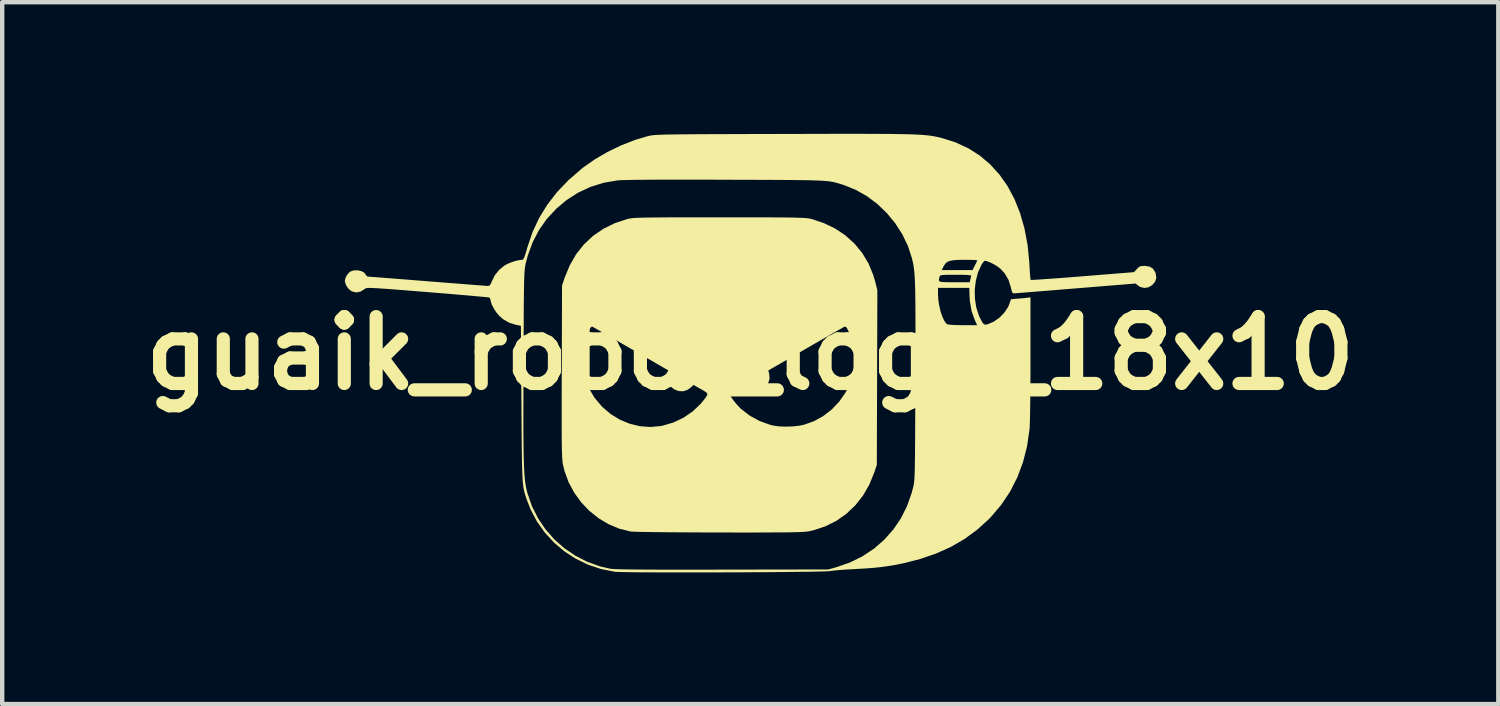
<source format=kicad_pcb>
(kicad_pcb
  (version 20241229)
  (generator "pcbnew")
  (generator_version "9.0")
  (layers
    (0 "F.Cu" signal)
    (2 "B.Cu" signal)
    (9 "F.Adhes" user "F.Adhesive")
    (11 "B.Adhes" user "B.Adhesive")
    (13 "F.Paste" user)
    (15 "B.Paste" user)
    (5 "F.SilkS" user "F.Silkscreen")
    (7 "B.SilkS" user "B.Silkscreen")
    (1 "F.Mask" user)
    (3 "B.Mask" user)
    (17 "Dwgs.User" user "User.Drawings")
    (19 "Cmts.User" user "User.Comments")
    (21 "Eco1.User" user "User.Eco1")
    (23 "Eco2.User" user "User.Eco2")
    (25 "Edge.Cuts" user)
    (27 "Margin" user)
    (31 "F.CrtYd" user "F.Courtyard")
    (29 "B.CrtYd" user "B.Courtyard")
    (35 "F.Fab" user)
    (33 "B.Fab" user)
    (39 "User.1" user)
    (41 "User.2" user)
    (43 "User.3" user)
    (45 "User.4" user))
  (footprint "guaik_robot_logo_18x10"
    (layer "F.Cu")
    (at 14.05 5.001)
    (property "Reference" "guaik_robot_logo_18x10" (at 0 0 0) (layer "F.SilkS") (effects (font (size 1.524 1.524) (thickness 0.3))))
    (attr board_only exclude_from_pos_files exclude_from_bom)
    (fp_poly (pts (xy -0.368 -3.098) (xy -0.073 -3.098) (xy 0.185 -3.097) (xy 0.409 -3.097) (xy 0.601 -3.096) (xy 0.764 -3.095) (xy 0.901 -3.093) (xy 1.015 -3.091) (xy 1.108 -3.088) (xy 1.184 -3.085) (xy 1.244 -3.082) (xy 1.292 -3.078) (xy 1.33 -3.073) (xy 1.362 -3.067) (xy 1.389 -3.061) (xy 1.675 -2.967) (xy 1.937 -2.841) (xy 2.171 -2.684) (xy 2.377 -2.498) (xy 2.552 -2.285) (xy 2.695 -2.046) (xy 2.803 -1.784) (xy 2.845 -1.643) (xy 2.897 -1.437) (xy 2.891 0.553) (xy 2.885 2.544) (xy 2.824 2.725) (xy 2.712 2.998) (xy 2.568 3.247) (xy 2.393 3.468) (xy 2.192 3.659) (xy 1.965 3.819) (xy 1.716 3.944) (xy 1.446 4.034) (xy 1.358 4.054) (xy 1.325 4.06) (xy 1.286 4.065) (xy 1.238 4.07) (xy 1.177 4.073) (xy 1.102 4.077) (xy 1.01 4.079) (xy 0.897 4.082) (xy 0.761 4.083) (xy 0.599 4.084) (xy 0.409 4.085) (xy 0.188 4.086) (xy -0.068 4.086) (xy -0.361 4.086) (xy -0.693 4.085) (xy -0.707 4.085) (xy -0.991 4.085) (xy -1.264 4.084) (xy -1.524 4.082) (xy -1.767 4.081) (xy -1.99 4.079) (xy -2.19 4.077) (xy -2.363 4.074) (xy -2.507 4.072) (xy -2.617 4.069) (xy -2.691 4.066) (xy -2.724 4.064) (xy -2.982 4) (xy -3.227 3.898) (xy -3.456 3.762) (xy -3.666 3.594) (xy -3.851 3.4) (xy -4.01 3.182) (xy -4.139 2.943) (xy -4.232 2.689) (xy -4.268 2.544) (xy -4.274 2.511) (xy -4.279 2.473) (xy -4.283 2.426) (xy -4.287 2.368) (xy -4.29 2.297) (xy -4.293 2.209) (xy -4.295 2.102) (xy -4.297 1.973) (xy -4.298 1.82) (xy -4.298 1.639) (xy -4.298 1.427) (xy -4.298 1.183) (xy -4.298 0.903) (xy -4.297 0.584) (xy -4.296 0.415) (xy -4.295 0.085) (xy -3.829 0.085) (xy -3.818 0.333) (xy -3.766 0.573) (xy -3.675 0.803) (xy -3.547 1.018) (xy -3.381 1.214) (xy -3.373 1.223) (xy -3.184 1.384) (xy -2.974 1.513) (xy -2.75 1.606) (xy -2.517 1.663) (xy -2.28 1.681) (xy -2.044 1.66) (xy -2.001 1.652) (xy -1.75 1.578) (xy -1.519 1.468) (xy -1.311 1.326) (xy -1.13 1.153) (xy -1.055 1.061) (xy -1.009 1) (xy -0.982 0.957) (xy -0.978 0.924) (xy -0.988 0.911) (xy -0.472 0.911) (xy -0.471 0.937) (xy -0.445 0.986) (xy -0.401 1.051) (xy -0.344 1.124) (xy -0.281 1.197) (xy -0.215 1.264) (xy -0.206 1.272) (xy -0.008 1.425) (xy 0.215 1.546) (xy 0.456 1.632) (xy 0.523 1.648) (xy 0.652 1.667) (xy 0.805 1.673) (xy 0.967 1.668) (xy 1.12 1.651) (xy 1.224 1.63) (xy 1.45 1.55) (xy 1.663 1.432) (xy 1.858 1.281) (xy 2.029 1.101) (xy 2.17 0.898) (xy 2.206 0.831) (xy 2.303 0.6) (xy 2.359 0.358) (xy 2.376 0.111) (xy 2.352 -0.136) (xy 2.288 -0.379) (xy 2.241 -0.496) (xy 2.207 -0.566) (xy 2.18 -0.601) (xy 2.155 -0.607) (xy 2.152 -0.606) (xy 2.127 -0.593) (xy 2.07 -0.561) (xy 1.982 -0.512) (xy 1.87 -0.448) (xy 1.736 -0.371) (xy 1.584 -0.284) (xy 1.418 -0.189) (xy 1.265 -0.1) (xy 0.411 0.393) (xy 0.431 0.466) (xy 0.441 0.577) (xy 0.409 0.683) (xy 0.36 0.755) (xy 0.271 0.827) (xy 0.168 0.863) (xy 0.06 0.862) (xy -0.043 0.823) (xy -0.095 0.786) (xy -0.165 0.724) (xy -0.31 0.808) (xy -0.38 0.85) (xy -0.437 0.886) (xy -0.47 0.909) (xy -0.472 0.911) (xy -0.988 0.911) (xy -1 0.895) (xy -1.051 0.86) (xy -1.134 0.813) (xy -1.164 0.796) (xy -1.295 0.722) (xy -1.348 0.775) (xy -1.437 0.839) (xy -1.534 0.867) (xy -1.631 0.862) (xy -1.722 0.829) (xy -1.8 0.771) (xy -1.858 0.693) (xy -1.889 0.597) (xy -1.886 0.489) (xy -1.882 0.471) (xy -1.863 0.394) (xy -2.72 -0.102) (xy -2.895 -0.203) (xy -3.059 -0.298) (xy -3.209 -0.384) (xy -3.34 -0.459) (xy -3.449 -0.521) (xy -3.532 -0.568) (xy -3.586 -0.598) (xy -3.605 -0.608) (xy -3.629 -0.597) (xy -3.661 -0.551) (xy -3.697 -0.481) (xy -3.733 -0.393) (xy -3.766 -0.295) (xy -3.793 -0.195) (xy -3.799 -0.166) (xy -3.829 0.085) (xy -4.295 0.085) (xy -4.29 -1.544) (xy -4.229 -1.725) (xy -4.113 -2.006) (xy -3.967 -2.259) (xy -3.789 -2.482) (xy -3.583 -2.675) (xy -3.349 -2.836) (xy -3.088 -2.964) (xy -2.802 -3.059) (xy -2.797 -3.06) (xy -2.769 -3.067) (xy -2.738 -3.072) (xy -2.7 -3.077) (xy -2.653 -3.082) (xy -2.595 -3.085) (xy -2.521 -3.088) (xy -2.43 -3.091) (xy -2.319 -3.093) (xy -2.185 -3.094) (xy -2.025 -3.096) (xy -1.837 -3.097) (xy -1.617 -3.097) (xy -1.364 -3.098) (xy -1.074 -3.098) (xy -0.744 -3.098) (xy -0.703 -3.098)) (stroke (width 0) (type solid)) (fill yes) (layer "F.SilkS"))
    (fp_poly (pts (xy 2.54 -5.001) (xy 2.794 -5) (xy 3.019 -4.999) (xy 3.217 -4.998) (xy 3.391 -4.995) (xy 3.543 -4.992) (xy 3.674 -4.989) (xy 3.789 -4.984) (xy 3.888 -4.979) (xy 3.973 -4.972) (xy 4.048 -4.965) (xy 4.115 -4.957) (xy 4.175 -4.947) (xy 4.232 -4.936) (xy 4.286 -4.925) (xy 4.341 -4.911) (xy 4.375 -4.903) (xy 4.685 -4.804) (xy 4.971 -4.671) (xy 5.233 -4.504) (xy 5.469 -4.304) (xy 5.68 -4.072) (xy 5.864 -3.81) (xy 6.02 -3.518) (xy 6.149 -3.197) (xy 6.249 -2.849) (xy 6.32 -2.474) (xy 6.36 -2.074) (xy 6.363 -2.017) (xy 6.37 -1.902) (xy 6.376 -1.803) (xy 6.383 -1.726) (xy 6.388 -1.681) (xy 6.391 -1.671) (xy 6.414 -1.671) (xy 6.475 -1.673) (xy 6.571 -1.679) (xy 6.698 -1.688) (xy 6.851 -1.699) (xy 7.028 -1.711) (xy 7.224 -1.726) (xy 7.436 -1.743) (xy 7.574 -1.754) (xy 8.747 -1.848) (xy 8.811 -1.919) (xy 8.853 -1.961) (xy 8.893 -1.983) (xy 8.949 -1.99) (xy 8.992 -1.991) (xy 9.097 -1.976) (xy 9.174 -1.932) (xy 9.227 -1.853) (xy 9.241 -1.817) (xy 9.255 -1.719) (xy 9.227 -1.63) (xy 9.163 -1.555) (xy 9.077 -1.503) (xy 8.983 -1.488) (xy 8.892 -1.509) (xy 8.843 -1.54) (xy 8.782 -1.589) (xy 7.409 -1.477) (xy 7.171 -1.458) (xy 6.945 -1.439) (xy 6.734 -1.422) (xy 6.543 -1.407) (xy 6.375 -1.393) (xy 6.233 -1.382) (xy 6.122 -1.373) (xy 6.045 -1.367) (xy 6.006 -1.364) (xy 6.001 -1.364) (xy 5.979 -1.375) (xy 5.96 -1.416) (xy 5.942 -1.493) (xy 5.941 -1.496) (xy 5.887 -1.671) (xy 5.797 -1.823) (xy 5.7 -1.928) (xy 5.634 -1.978) (xy 5.552 -2.028) (xy 5.467 -2.07) (xy 5.391 -2.099) (xy 5.344 -2.108) (xy 5.323 -2.091) (xy 5.291 -2.048) (xy 5.268 -2.011) (xy 5.191 -1.843) (xy 5.141 -1.651) (xy 5.117 -1.447) (xy 5.121 -1.24) (xy 5.152 -1.04) (xy 5.211 -0.86) (xy 5.226 -0.827) (xy 5.269 -0.74) (xy 5.303 -0.686) (xy 5.332 -0.658) (xy 5.365 -0.651) (xy 5.407 -0.66) (xy 5.41 -0.66) (xy 5.547 -0.718) (xy 5.677 -0.808) (xy 5.789 -0.923) (xy 5.875 -1.051) (xy 5.909 -1.132) (xy 5.942 -1.231) (xy 6.106 -1.245) (xy 6.194 -1.252) (xy 6.272 -1.26) (xy 6.325 -1.267) (xy 6.329 -1.267) (xy 6.387 -1.276) (xy 6.387 0.112) (xy 6.387 0.377) (xy 6.386 0.629) (xy 6.384 0.866) (xy 6.382 1.084) (xy 6.379 1.277) (xy 6.376 1.444) (xy 6.373 1.579) (xy 6.369 1.679) (xy 6.365 1.734) (xy 6.309 2.12) (xy 6.216 2.486) (xy 6.086 2.831) (xy 5.921 3.156) (xy 5.719 3.457) (xy 5.483 3.735) (xy 5.429 3.79) (xy 5.165 4.028) (xy 4.88 4.236) (xy 4.571 4.415) (xy 4.236 4.565) (xy 3.871 4.69) (xy 3.53 4.778) (xy 3.345 4.817) (xy 3.168 4.848) (xy 2.989 4.873) (xy 2.797 4.893) (xy 2.582 4.908) (xy 2.385 4.919) (xy 2.242 4.927) (xy 2.107 4.936) (xy 1.988 4.945) (xy 1.893 4.955) (xy 1.83 4.963) (xy 1.82 4.965) (xy 1.784 4.969) (xy 1.709 4.972) (xy 1.597 4.975) (xy 1.454 4.978) (xy 1.281 4.981) (xy 1.082 4.983) (xy 0.861 4.986) (xy 0.621 4.988) (xy 0.366 4.99) (xy 0.098 4.991) (xy -0.178 4.993) (xy -0.46 4.994) (xy -0.744 4.995) (xy -1.027 4.995) (xy -1.305 4.996) (xy -1.575 4.996) (xy -1.834 4.995) (xy -2.078 4.995) (xy -2.303 4.994) (xy -2.508 4.993) (xy -2.687 4.991) (xy -2.838 4.989) (xy -2.957 4.987) (xy -3.041 4.984) (xy -3.087 4.981) (xy -3.4 4.919) (xy -3.698 4.819) (xy -3.978 4.683) (xy -4.238 4.515) (xy -4.473 4.315) (xy -4.682 4.088) (xy -4.862 3.834) (xy -5.008 3.557) (xy -5.096 3.331) (xy -5.114 3.275) (xy -5.131 3.224) (xy -5.145 3.176) (xy -5.157 3.126) (xy -5.168 3.071) (xy -5.176 3.01) (xy -5.184 2.938) (xy -5.19 2.853) (xy -5.195 2.751) (xy -5.199 2.63) (xy -5.203 2.486) (xy -5.205 2.317) (xy -5.208 2.119) (xy -5.21 1.889) (xy -5.212 1.624) (xy -5.214 1.322) (xy -5.171 1.322) (xy -5.171 1.598) (xy -5.17 1.842) (xy -5.168 2.056) (xy -5.166 2.243) (xy -5.162 2.406) (xy -5.158 2.546) (xy -5.152 2.668) (xy -5.146 2.773) (xy -5.138 2.863) (xy -5.129 2.942) (xy -5.118 3.012) (xy -5.106 3.076) (xy -5.092 3.136) (xy -5.078 3.19) (xy -4.978 3.482) (xy -4.84 3.756) (xy -4.67 4.009) (xy -4.469 4.239) (xy -4.241 4.441) (xy -3.989 4.613) (xy -3.717 4.753) (xy -3.427 4.857) (xy -3.208 4.908) (xy -3.175 4.913) (xy -3.128 4.917) (xy -3.064 4.92) (xy -2.981 4.923) (xy -2.877 4.926) (xy -2.75 4.928) (xy -2.597 4.93) (xy -2.417 4.931) (xy -2.207 4.932) (xy -1.965 4.933) (xy -1.689 4.933) (xy -1.377 4.933) (xy -1.027 4.933) (xy -0.639 4.932) (xy 1.778 4.928) (xy 1.959 4.878) (xy 2.268 4.771) (xy 2.557 4.629) (xy 2.821 4.454) (xy 3.057 4.248) (xy 3.263 4.015) (xy 3.434 3.763) (xy 3.572 3.487) (xy 3.679 3.184) (xy 3.71 3.066) (xy 3.718 3.036) (xy 3.724 3.006) (xy 3.73 2.973) (xy 3.734 2.935) (xy 3.739 2.888) (xy 3.743 2.832) (xy 3.746 2.761) (xy 3.749 2.676) (xy 3.751 2.571) (xy 3.753 2.446) (xy 3.755 2.297) (xy 3.756 2.122) (xy 3.758 1.918) (xy 3.759 1.683) (xy 3.76 1.413) (xy 3.761 1.107) (xy 3.763 0.762) (xy 3.763 0.649) (xy 3.764 0.27) (xy 3.765 -0.07) (xy 3.766 -0.372) (xy 3.766 -0.64) (xy 3.765 -0.876) (xy 3.764 -1.082) (xy 3.762 -1.261) (xy 3.761 -1.334) (xy 4.279 -1.334) (xy 4.287 -1.212) (xy 4.307 -1.084) (xy 4.337 -0.958) (xy 4.375 -0.843) (xy 4.417 -0.749) (xy 4.461 -0.683) (xy 4.487 -0.662) (xy 4.521 -0.654) (xy 4.59 -0.647) (xy 4.684 -0.642) (xy 4.797 -0.64) (xy 4.848 -0.639) (xy 5.171 -0.639) (xy 5.12 -0.751) (xy 5.046 -0.957) (xy 5.006 -1.182) (xy 4.998 -1.304) (xy 4.993 -1.49) (xy 4.636 -1.49) (xy 4.279 -1.49) (xy 4.279 -1.334) (xy 3.761 -1.334) (xy 3.76 -1.416) (xy 3.756 -1.549) (xy 3.752 -1.663) (xy 3.752 -1.664) (xy 4.299 -1.664) (xy 4.309 -1.642) (xy 4.337 -1.629) (xy 4.389 -1.622) (xy 4.471 -1.619) (xy 4.588 -1.618) (xy 4.652 -1.618) (xy 5.003 -1.618) (xy 5.015 -1.677) (xy 5.028 -1.73) (xy 5.036 -1.762) (xy 5.03 -1.772) (xy 5 -1.779) (xy 4.943 -1.784) (xy 4.854 -1.787) (xy 4.728 -1.788) (xy 4.686 -1.788) (xy 4.555 -1.788) (xy 4.46 -1.787) (xy 4.395 -1.784) (xy 4.355 -1.779) (xy 4.332 -1.771) (xy 4.32 -1.758) (xy 4.314 -1.741) (xy 4.314 -1.741) (xy 4.303 -1.696) (xy 4.299 -1.664) (xy 3.752 -1.664) (xy 3.746 -1.761) (xy 3.74 -1.846) (xy 3.735 -1.895) (xy 4.364 -1.895) (xy 5.067 -1.895) (xy 5.12 -2.001) (xy 5.15 -2.061) (xy 5.169 -2.104) (xy 5.174 -2.118) (xy 5.154 -2.122) (xy 5.099 -2.125) (xy 5.017 -2.128) (xy 4.916 -2.129) (xy 4.886 -2.129) (xy 4.74 -2.127) (xy 4.631 -2.12) (xy 4.551 -2.106) (xy 4.492 -2.082) (xy 4.45 -2.046) (xy 4.417 -1.998) (xy 4.408 -1.982) (xy 4.364 -1.895) (xy 3.735 -1.895) (xy 3.732 -1.919) (xy 3.723 -1.983) (xy 3.713 -2.042) (xy 3.701 -2.097) (xy 3.688 -2.152) (xy 3.683 -2.172) (xy 3.592 -2.449) (xy 3.463 -2.715) (xy 3.302 -2.965) (xy 3.112 -3.195) (xy 2.897 -3.401) (xy 2.662 -3.578) (xy 2.409 -3.722) (xy 2.144 -3.829) (xy 2.129 -3.834) (xy 2.074 -3.852) (xy 2.024 -3.867) (xy 1.977 -3.881) (xy 1.932 -3.893) (xy 1.883 -3.904) (xy 1.831 -3.913) (xy 1.77 -3.921) (xy 1.7 -3.927) (xy 1.616 -3.933) (xy 1.517 -3.937) (xy 1.4 -3.941) (xy 1.262 -3.944) (xy 1.1 -3.946) (xy 0.912 -3.948) (xy 0.696 -3.95) (xy 0.447 -3.951) (xy 0.165 -3.952) (xy -0.155 -3.953) (xy -0.514 -3.954) (xy -0.554 -3.954) (xy -0.965 -3.956) (xy -1.341 -3.956) (xy -1.683 -3.956) (xy -1.988 -3.956) (xy -2.256 -3.955) (xy -2.487 -3.953) (xy -2.679 -3.951) (xy -2.831 -3.948) (xy -2.942 -3.945) (xy -3.012 -3.941) (xy -3.023 -3.94) (xy -3.341 -3.885) (xy -3.642 -3.791) (xy -3.926 -3.659) (xy -4.191 -3.488) (xy -4.417 -3.298) (xy -4.634 -3.065) (xy -4.814 -2.81) (xy -4.959 -2.531) (xy -5.07 -2.229) (xy -5.116 -2.055) (xy -5.123 -2.022) (xy -5.129 -1.989) (xy -5.135 -1.954) (xy -5.14 -1.912) (xy -5.144 -1.862) (xy -5.148 -1.802) (xy -5.151 -1.727) (xy -5.154 -1.636) (xy -5.156 -1.526) (xy -5.158 -1.394) (xy -5.16 -1.238) (xy -5.162 -1.055) (xy -5.163 -0.842) (xy -5.164 -0.596) (xy -5.166 -0.316) (xy -5.167 0.003) (xy -5.168 0.275) (xy -5.169 0.663) (xy -5.17 1.011) (xy -5.171 1.322) (xy -5.214 1.322) (xy -5.214 1.321) (xy -5.215 1.151) (xy -5.227 -0.625) (xy -5.344 -0.649) (xy -5.501 -0.698) (xy -5.636 -0.778) (xy -5.723 -0.855) (xy -5.785 -0.928) (xy -5.842 -1.015) (xy -5.888 -1.103) (xy -5.914 -1.18) (xy -5.919 -1.213) (xy -5.933 -1.255) (xy -5.952 -1.27) (xy -5.978 -1.274) (xy -6.043 -1.281) (xy -6.144 -1.29) (xy -6.276 -1.302) (xy -6.436 -1.317) (xy -6.62 -1.332) (xy -6.824 -1.35) (xy -7.046 -1.368) (xy -7.281 -1.387) (xy -7.362 -1.394) (xy -7.638 -1.416) (xy -7.875 -1.435) (xy -8.076 -1.451) (xy -8.243 -1.464) (xy -8.381 -1.473) (xy -8.492 -1.481) (xy -8.579 -1.485) (xy -8.646 -1.488) (xy -8.695 -1.488) (xy -8.73 -1.486) (xy -8.754 -1.482) (xy -8.77 -1.477) (xy -8.78 -1.47) (xy -8.782 -1.468) (xy -8.879 -1.406) (xy -8.974 -1.385) (xy -9.069 -1.406) (xy -9.108 -1.427) (xy -9.168 -1.482) (xy -9.216 -1.558) (xy -9.239 -1.636) (xy -9.24 -1.651) (xy -9.225 -1.718) (xy -9.186 -1.79) (xy -9.135 -1.847) (xy -9.111 -1.864) (xy -9.031 -1.889) (xy -8.944 -1.89) (xy -8.862 -1.871) (xy -8.796 -1.835) (xy -8.76 -1.784) (xy -8.732 -1.752) (xy -8.71 -1.746) (xy -8.682 -1.744) (xy -8.616 -1.739) (xy -8.515 -1.732) (xy -8.382 -1.722) (xy -8.222 -1.709) (xy -8.039 -1.695) (xy -7.835 -1.679) (xy -7.614 -1.661) (xy -7.381 -1.643) (xy -7.339 -1.639) (xy -7.104 -1.621) (xy -6.881 -1.603) (xy -6.674 -1.587) (xy -6.486 -1.572) (xy -6.322 -1.559) (xy -6.184 -1.549) (xy -6.077 -1.541) (xy -6.004 -1.535) (xy -5.969 -1.533) (xy -5.968 -1.533) (xy -5.936 -1.55) (xy -5.905 -1.603) (xy -5.892 -1.636) (xy -5.824 -1.774) (xy -5.724 -1.899) (xy -5.606 -1.997) (xy -5.523 -2.041) (xy -5.422 -2.081) (xy -5.318 -2.112) (xy -5.229 -2.128) (xy -5.205 -2.129) (xy -5.186 -2.133) (xy -5.168 -2.151) (xy -5.15 -2.187) (xy -5.129 -2.248) (xy -5.101 -2.341) (xy -5.079 -2.415) (xy -4.963 -2.759) (xy -4.812 -3.082) (xy -4.625 -3.387) (xy -4.402 -3.675) (xy -4.14 -3.948) (xy -3.839 -4.209) (xy -3.811 -4.231) (xy -3.548 -4.416) (xy -3.255 -4.587) (xy -2.944 -4.737) (xy -2.628 -4.861) (xy -2.342 -4.946) (xy -2.316 -4.952) (xy -2.29 -4.958) (xy -2.262 -4.963) (xy -2.229 -4.968) (xy -2.189 -4.972) (xy -2.141 -4.975) (xy -2.081 -4.978) (xy -2.008 -4.981) (xy -1.919 -4.984) (xy -1.813 -4.986) (xy -1.686 -4.988) (xy -1.537 -4.989) (xy -1.363 -4.991) (xy -1.163 -4.992) (xy -0.933 -4.993) (xy -0.673 -4.994) (xy -0.378 -4.995) (xy -0.048 -4.996) (xy 0.32 -4.997) (xy 0.728 -4.998) (xy 0.756 -4.998) (xy 1.189 -4.999) (xy 1.581 -5) (xy 1.936 -5.001) (xy 2.254 -5.001)) (stroke (width 0) (type solid)) (fill yes) (layer "F.SilkS")))
  (gr_rect
    (start -3 -3)
    (end 31.1 12.997)
    (stroke (width 0.1) (type default))
    (fill no)
    (layer "Edge.Cuts")))
</source>
